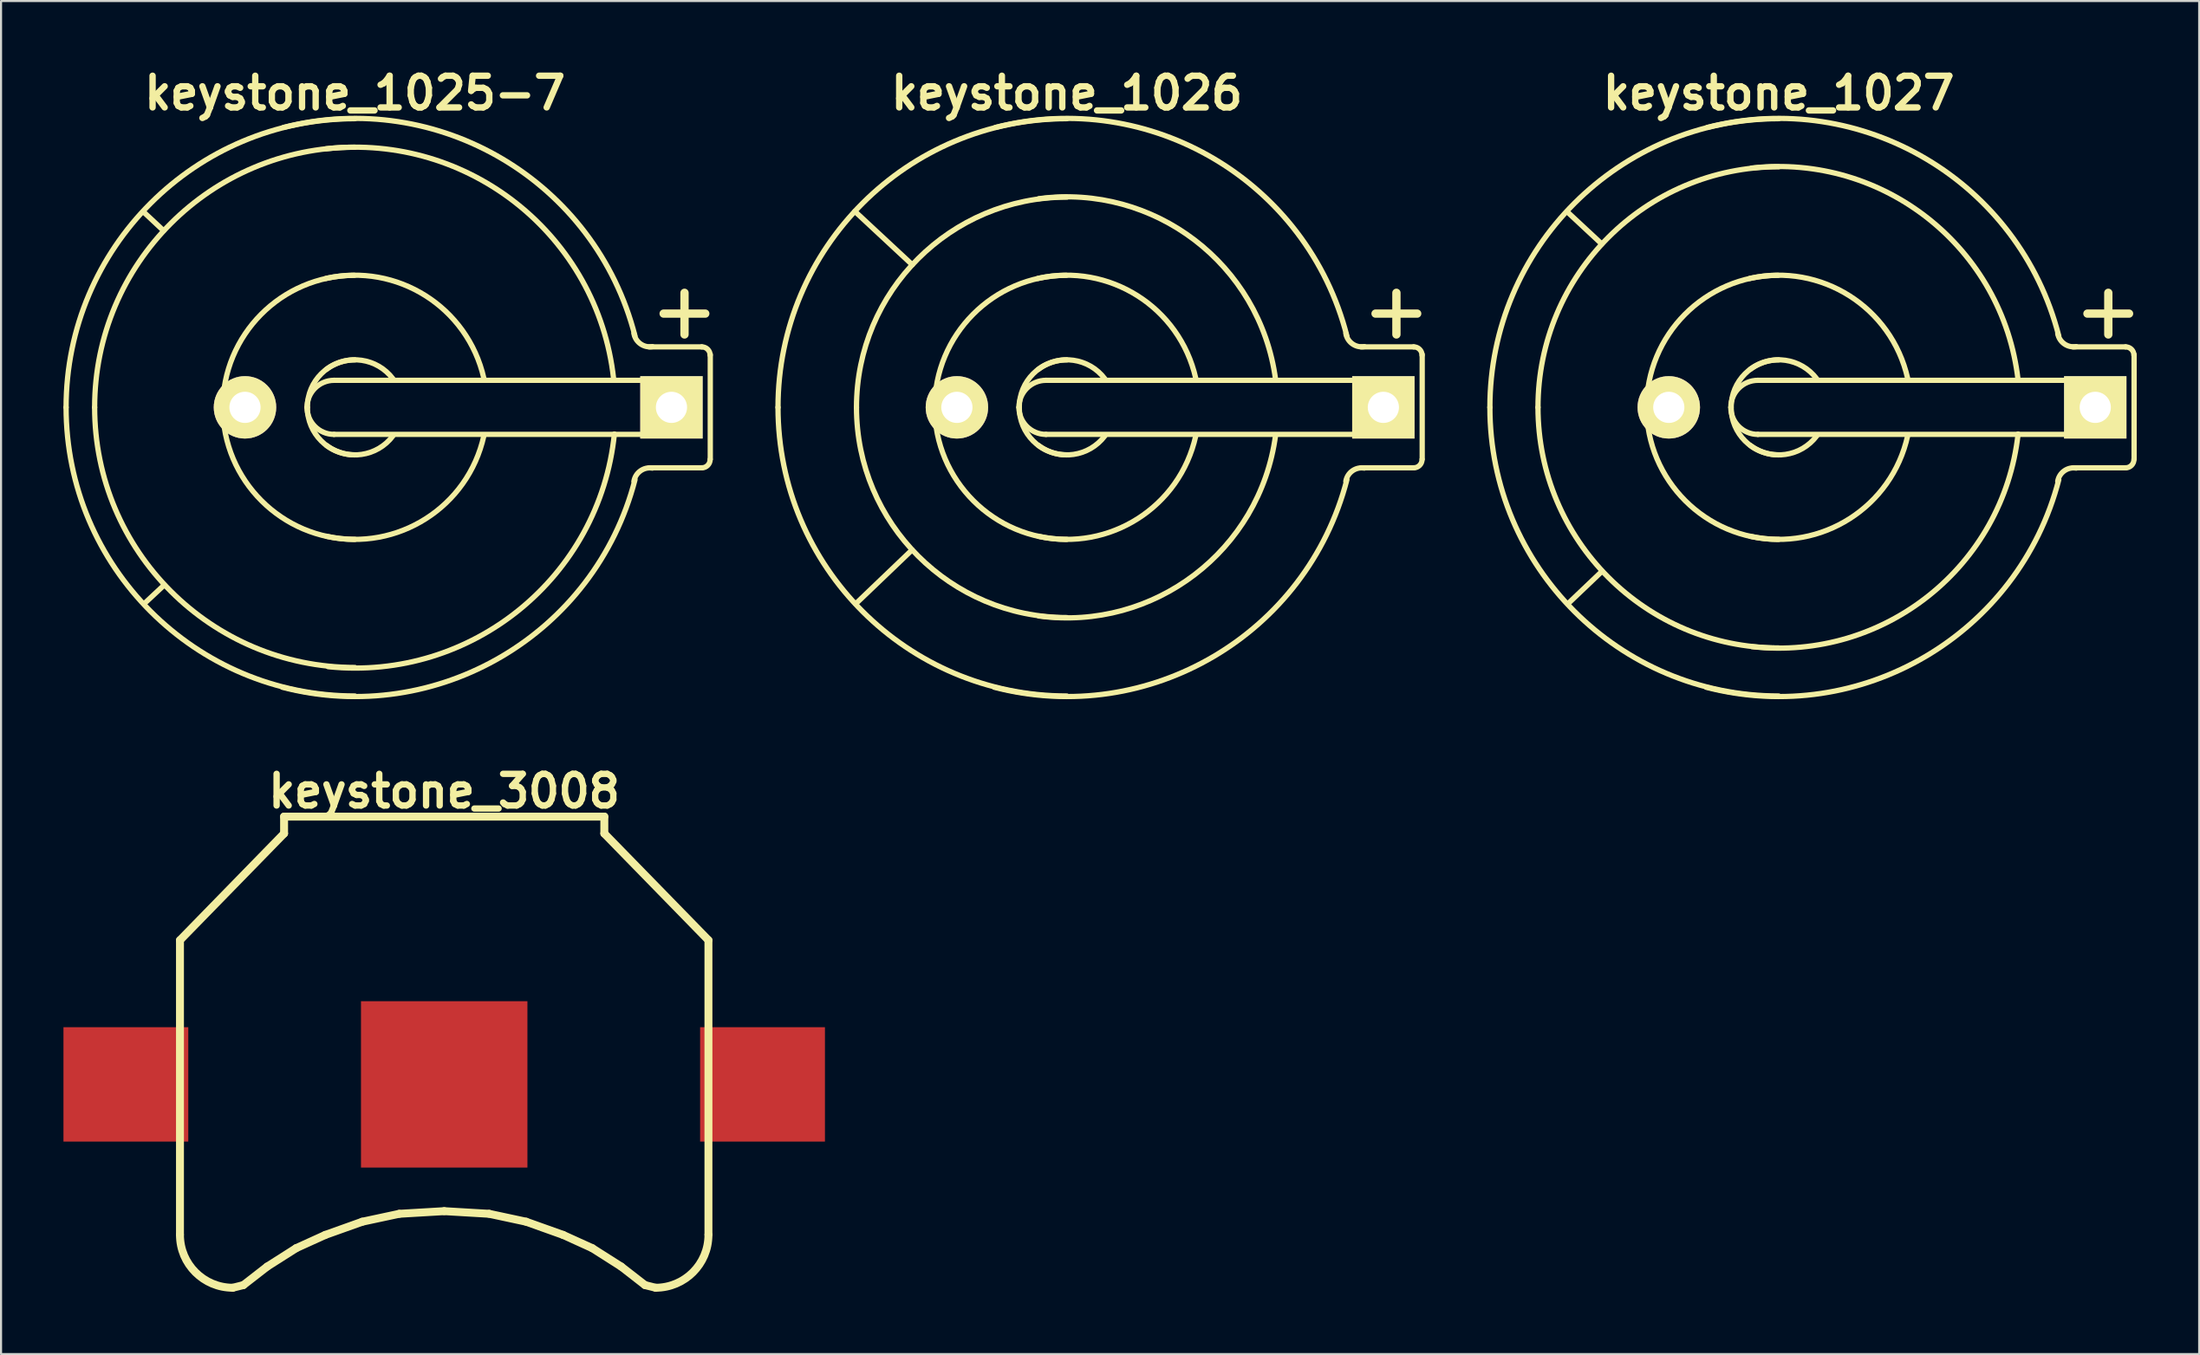
<source format=kicad_pcb>
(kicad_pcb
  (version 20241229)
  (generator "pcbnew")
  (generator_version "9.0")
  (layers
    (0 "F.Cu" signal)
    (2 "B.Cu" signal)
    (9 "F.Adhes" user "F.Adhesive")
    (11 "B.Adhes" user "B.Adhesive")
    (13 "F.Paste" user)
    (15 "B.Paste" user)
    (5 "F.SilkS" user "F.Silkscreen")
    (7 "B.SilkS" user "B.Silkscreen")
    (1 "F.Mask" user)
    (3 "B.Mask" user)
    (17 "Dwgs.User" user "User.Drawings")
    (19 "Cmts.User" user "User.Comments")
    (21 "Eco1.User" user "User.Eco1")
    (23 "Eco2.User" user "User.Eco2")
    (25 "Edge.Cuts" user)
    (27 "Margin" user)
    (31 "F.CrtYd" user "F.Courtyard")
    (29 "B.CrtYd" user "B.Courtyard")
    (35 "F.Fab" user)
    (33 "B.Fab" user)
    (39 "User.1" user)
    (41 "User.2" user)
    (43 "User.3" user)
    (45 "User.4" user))
  (footprint "keystone_3008"
    (layer "F.Cu")
    (at 18.3 49.097)
    (property "Reference" "keystone_3008" (at 0 -14.1 0) (layer "F.SilkS") (effects (font (size 1.524 1.524) (thickness 0.305))))
    (attr through_hole)
    (fp_line (start -12.7 -6.934) (end -12.7 7.214) (stroke (width 0.381) (type solid)) (layer "F.SilkS"))
    (fp_line (start -10.16 9.779) (end -9.652 9.652) (stroke (width 0.381) (type solid)) (layer "F.SilkS"))
    (fp_line (start -9.652 9.652) (end -8.509 8.763) (stroke (width 0.381) (type solid)) (layer "F.SilkS"))
    (fp_line (start -8.509 8.763) (end -7.112 7.874) (stroke (width 0.381) (type solid)) (layer "F.SilkS"))
    (fp_line (start -7.696 -12.878) (end -7.696 -12.065) (stroke (width 0.381) (type solid)) (layer "F.SilkS"))
    (fp_line (start -7.696 -12.878) (end 7.696 -12.878) (stroke (width 0.381) (type solid)) (layer "F.SilkS"))
    (fp_line (start -7.696 -12.065) (end -12.7 -6.934) (stroke (width 0.381) (type solid)) (layer "F.SilkS"))
    (fp_line (start -7.112 7.874) (end -5.715 7.239) (stroke (width 0.381) (type solid)) (layer "F.SilkS"))
    (fp_line (start -5.715 7.239) (end -3.937 6.604) (stroke (width 0.381) (type solid)) (layer "F.SilkS"))
    (fp_line (start -3.937 6.604) (end -2.159 6.223) (stroke (width 0.381) (type solid)) (layer "F.SilkS"))
    (fp_line (start -2.159 6.223) (end 0 6.096) (stroke (width 0.381) (type solid)) (layer "F.SilkS"))
    (fp_line (start 0 6.096) (end 2.159 6.223) (stroke (width 0.381) (type solid)) (layer "F.SilkS"))
    (fp_line (start 2.159 6.223) (end 3.937 6.604) (stroke (width 0.381) (type solid)) (layer "F.SilkS"))
    (fp_line (start 3.937 6.604) (end 5.715 7.239) (stroke (width 0.381) (type solid)) (layer "F.SilkS"))
    (fp_line (start 5.715 7.239) (end 7.112 7.874) (stroke (width 0.381) (type solid)) (layer "F.SilkS"))
    (fp_line (start 7.112 7.874) (end 8.509 8.763) (stroke (width 0.381) (type solid)) (layer "F.SilkS"))
    (fp_line (start 7.696 -12.878) (end 7.696 -12.065) (stroke (width 0.381) (type solid)) (layer "F.SilkS"))
    (fp_line (start 7.696 -12.065) (end 12.7 -6.934) (stroke (width 0.381) (type solid)) (layer "F.SilkS"))
    (fp_line (start 8.509 8.763) (end 9.652 9.652) (stroke (width 0.381) (type solid)) (layer "F.SilkS"))
    (fp_line (start 9.652 9.652) (end 10.16 9.779) (stroke (width 0.381) (type solid)) (layer "F.SilkS"))
    (fp_line (start 12.7 -6.934) (end 12.7 7.214) (stroke (width 0.381) (type solid)) (layer "F.SilkS"))
    (fp_arc (start -10.16 9.779) (mid -11.956051 9.035051) (end -12.7 7.239) (stroke (width 0.381) (type solid)) (layer "F.SilkS"))
    (fp_arc (start 12.7 7.239) (mid 11.956051 9.035051) (end 10.16 9.779) (stroke (width 0.381) (type solid)) (layer "F.SilkS"))
    (pad "1" smd rect (at -15.3 0) (size 6 5.5) (layers "F.Cu" "F.Mask" "F.Paste"))
    (pad "1" smd rect (at 15.3 0) (size 6 5.5) (layers "F.Cu" "F.Mask" "F.Paste"))
    (pad "2" smd rect (at 0 0) (size 8 8) (layers "F.Cu" "F.Mask" "F.Paste")))
  (footprint "keystone_1027"
    (layer "F.Cu")
    (at 82.441 16.539)
    (property "Reference" "keystone_1027" (at 0 -15.113 0) (layer "F.SilkS") (effects (font (size 1.524 1.524) (thickness 0.305))))
    (attr through_hole)
    (fp_line (start -8.509 -7.861) (end -10.173 -9.411) (stroke (width 0.254) (type solid)) (layer "F.SilkS"))
    (fp_line (start -8.496 7.887) (end -10.135 9.449) (stroke (width 0.254) (type solid)) (layer "F.SilkS"))
    (fp_line (start -1.001 -1.3) (end 15.199 -1.3) (stroke (width 0.254) (type solid)) (layer "F.SilkS"))
    (fp_line (start 14.839 -4.508) (end 16.84 -4.508) (stroke (width 0.399) (type solid)) (layer "F.SilkS"))
    (fp_line (start 15.199 1.3) (end -1.001 1.3) (stroke (width 0.254) (type solid)) (layer "F.SilkS"))
    (fp_line (start 15.207 -1.3) (end 15.207 1.3) (stroke (width 0.254) (type solid)) (layer "F.SilkS"))
    (fp_line (start 15.842 -3.505) (end 15.842 -5.509) (stroke (width 0.399) (type solid)) (layer "F.SilkS"))
    (fp_line (start 16.675 -2.908) (end 14.148 -2.908) (stroke (width 0.254) (type solid)) (layer "F.SilkS"))
    (fp_line (start 16.675 2.908) (end 14.148 2.908) (stroke (width 0.254) (type solid)) (layer "F.SilkS"))
    (fp_line (start 17.081 -2.54) (end 17.081 2.489) (stroke (width 0.254) (type solid)) (layer "F.SilkS"))
    (fp_arc (start -13.8811 0) (mid -9.81542 -9.81542) (end 0 -13.8811) (stroke (width 0.254) (type solid)) (layer "F.SilkS"))
    (fp_arc (start -11.5697 0) (mid -8.181013 -8.181013) (end 0 -11.5697) (stroke (width 0.254) (type solid)) (layer "F.SilkS"))
    (fp_arc (start -6.35 0.0254) (mid -4.508089 -4.472168) (end -0.0254 -6.35) (stroke (width 0.254) (type solid)) (layer "F.SilkS"))
    (fp_arc (start -3.429 -13.462) (mid 7.094402 -11.943741) (end 13.462 -3.429) (stroke (width 0.254) (type solid)) (layer "F.SilkS"))
    (fp_arc (start -2.30124 0) (mid -1.920338 -0.919578) (end -1.00076 -1.30048) (stroke (width 0.254) (type solid)) (layer "F.SilkS"))
    (fp_arc (start -2.286 0) (mid -1.616446 -1.616446) (end 0 -2.286) (stroke (width 0.254) (type solid)) (layer "F.SilkS"))
    (fp_arc (start -1.397 -6.1976) (mid 3.394537 -5.370193) (end 6.1976 -1.397) (stroke (width 0.254) (type solid)) (layer "F.SilkS"))
    (fp_arc (start -1.3716 -1.8288) (mid 0.323289 -2.263025) (end 1.8288 -1.3716) (stroke (width 0.254) (type solid)) (layer "F.SilkS"))
    (fp_arc (start -1.3081 -11.5062) (mid 7.211146 -9.061078) (end 11.5062 -1.3081) (stroke (width 0.254) (type solid)) (layer "F.SilkS"))
    (fp_arc (start -1.00076 1.30048) (mid -1.920338 0.919578) (end -2.30124 0) (stroke (width 0.254) (type solid)) (layer "F.SilkS"))
    (fp_arc (start 0 2.286) (mid -1.616446 1.616446) (end -2.286 0) (stroke (width 0.254) (type solid)) (layer "F.SilkS"))
    (fp_arc (start 0 6.35) (mid -4.490128 4.490128) (end -6.35 0) (stroke (width 0.254) (type solid)) (layer "F.SilkS"))
    (fp_arc (start 0 11.5697) (mid -8.181013 8.181013) (end -11.5697 0) (stroke (width 0.254) (type solid)) (layer "F.SilkS"))
    (fp_arc (start 0 13.8811) (mid -9.81542 9.81542) (end -13.8811 0) (stroke (width 0.254) (type solid)) (layer "F.SilkS"))
    (fp_arc (start 1.8288 1.3716) (mid 0.323289 2.263025) (end -1.3716 1.8288) (stroke (width 0.254) (type solid)) (layer "F.SilkS"))
    (fp_arc (start 6.1976 1.3716) (mid 3.412497 5.352233) (end -1.3716 6.1976) (stroke (width 0.254) (type solid)) (layer "F.SilkS"))
    (fp_arc (start 11.5062 1.2827) (mid 7.229106 9.043118) (end -1.2827 11.5062) (stroke (width 0.254) (type solid)) (layer "F.SilkS"))
    (fp_arc (start 13.4112 3.556) (mid 13.724187 3.054382) (end 14.3002 2.921) (stroke (width 0.254) (type solid)) (layer "F.SilkS"))
    (fp_arc (start 13.462 3.4798) (mid 7.058481 11.979662) (end -3.4798 13.462) (stroke (width 0.254) (type solid)) (layer "F.SilkS"))
    (fp_arc (start 14.3002 -2.921) (mid 13.724187 -3.054382) (end 13.4112 -3.556) (stroke (width 0.254) (type solid)) (layer "F.SilkS"))
    (fp_arc (start 16.67256 -2.9083) (mid 16.956336 -2.790756) (end 17.07388 -2.50698) (stroke (width 0.254) (type solid)) (layer "F.SilkS"))
    (fp_arc (start 17.07388 2.50698) (mid 16.956336 2.790756) (end 16.67256 2.9083) (stroke (width 0.254) (type solid)) (layer "F.SilkS"))
    (pad "1" thru_hole rect (at 15.215 0) (size 2.997 2.997) (drill 1.499) (layers "*.Cu" "*.Mask" "F.SilkS"))
    (pad "2" thru_hole circle (at -5.283 0) (size 3 3) (drill 1.499) (layers "*.Cu" "*.Mask" "F.SilkS")))
  (footprint "keystone_1025-7"
    (layer "F.Cu")
    (at 14.008 16.539)
    (property "Reference" "keystone_1025-7" (at 0 -15.113 0) (layer "F.SilkS") (effects (font (size 1.524 1.524) (thickness 0.305))))
    (attr through_hole)
    (fp_line (start -9.195 -8.496) (end -10.16 -9.398) (stroke (width 0.254) (type solid)) (layer "F.SilkS"))
    (fp_line (start -9.169 8.547) (end -10.135 9.449) (stroke (width 0.254) (type solid)) (layer "F.SilkS"))
    (fp_line (start -1.001 -1.3) (end 15.199 -1.3) (stroke (width 0.254) (type solid)) (layer "F.SilkS"))
    (fp_line (start 14.839 -4.508) (end 16.84 -4.508) (stroke (width 0.399) (type solid)) (layer "F.SilkS"))
    (fp_line (start 15.199 1.3) (end -1.001 1.3) (stroke (width 0.254) (type solid)) (layer "F.SilkS"))
    (fp_line (start 15.207 -1.3) (end 15.207 1.3) (stroke (width 0.254) (type solid)) (layer "F.SilkS"))
    (fp_line (start 15.842 -3.505) (end 15.842 -5.509) (stroke (width 0.399) (type solid)) (layer "F.SilkS"))
    (fp_line (start 16.675 -2.908) (end 14.148 -2.908) (stroke (width 0.254) (type solid)) (layer "F.SilkS"))
    (fp_line (start 16.675 2.908) (end 14.148 2.908) (stroke (width 0.254) (type solid)) (layer "F.SilkS"))
    (fp_line (start 17.081 -2.54) (end 17.081 2.489) (stroke (width 0.254) (type solid)) (layer "F.SilkS"))
    (fp_arc (start -13.8811 0) (mid -9.81542 -9.81542) (end 0 -13.8811) (stroke (width 0.254) (type solid)) (layer "F.SilkS"))
    (fp_arc (start -12.5095 0) (mid -8.845552 -8.845552) (end 0 -12.5095) (stroke (width 0.254) (type solid)) (layer "F.SilkS"))
    (fp_arc (start -6.35 0.0254) (mid -4.508089 -4.472168) (end -0.0254 -6.35) (stroke (width 0.254) (type solid)) (layer "F.SilkS"))
    (fp_arc (start -3.429 -13.462) (mid 7.094402 -11.943741) (end 13.462 -3.429) (stroke (width 0.254) (type solid)) (layer "F.SilkS"))
    (fp_arc (start -2.30124 0) (mid -1.920338 -0.919578) (end -1.00076 -1.30048) (stroke (width 0.254) (type solid)) (layer "F.SilkS"))
    (fp_arc (start -2.286 0) (mid -1.616446 -1.616446) (end 0 -2.286) (stroke (width 0.254) (type solid)) (layer "F.SilkS"))
    (fp_arc (start -1.397 -6.1976) (mid 3.394537 -5.370193) (end 6.1976 -1.397) (stroke (width 0.254) (type solid)) (layer "F.SilkS"))
    (fp_arc (start -1.3843 -12.4333) (mid 7.812823 -9.770519) (end 12.4333 -1.3843) (stroke (width 0.254) (type solid)) (layer "F.SilkS"))
    (fp_arc (start -1.3716 -1.8288) (mid 0.323289 -2.263025) (end 1.8288 -1.3716) (stroke (width 0.254) (type solid)) (layer "F.SilkS"))
    (fp_arc (start -1.00076 1.30048) (mid -1.920338 0.919578) (end -2.30124 0) (stroke (width 0.254) (type solid)) (layer "F.SilkS"))
    (fp_arc (start 0 2.286) (mid -1.616446 1.616446) (end -2.286 0) (stroke (width 0.254) (type solid)) (layer "F.SilkS"))
    (fp_arc (start 0 6.35) (mid -4.490128 4.490128) (end -6.35 0) (stroke (width 0.254) (type solid)) (layer "F.SilkS"))
    (fp_arc (start 0 12.5095) (mid -8.845552 8.845552) (end -12.5095 0) (stroke (width 0.254) (type solid)) (layer "F.SilkS"))
    (fp_arc (start 0 13.8811) (mid -9.81542 9.81542) (end -13.8811 0) (stroke (width 0.254) (type solid)) (layer "F.SilkS"))
    (fp_arc (start 1.8288 1.3716) (mid 0.323289 2.263025) (end -1.3716 1.8288) (stroke (width 0.254) (type solid)) (layer "F.SilkS"))
    (fp_arc (start 6.1976 1.3716) (mid 3.412497 5.352233) (end -1.3716 6.1976) (stroke (width 0.254) (type solid)) (layer "F.SilkS"))
    (fp_arc (start 12.4714 1.2827) (mid 7.911606 9.725617) (end -1.2827 12.4714) (stroke (width 0.254) (type solid)) (layer "F.SilkS"))
    (fp_arc (start 13.4112 3.556) (mid 13.724187 3.054382) (end 14.3002 2.921) (stroke (width 0.254) (type solid)) (layer "F.SilkS"))
    (fp_arc (start 13.462 3.4798) (mid 7.058481 11.979662) (end -3.4798 13.462) (stroke (width 0.254) (type solid)) (layer "F.SilkS"))
    (fp_arc (start 14.3002 -2.921) (mid 13.724187 -3.054382) (end 13.4112 -3.556) (stroke (width 0.254) (type solid)) (layer "F.SilkS"))
    (fp_arc (start 16.67256 -2.9083) (mid 16.956336 -2.790756) (end 17.07388 -2.50698) (stroke (width 0.254) (type solid)) (layer "F.SilkS"))
    (fp_arc (start 17.07388 2.50698) (mid 16.956336 2.790756) (end 16.67256 2.9083) (stroke (width 0.254) (type solid)) (layer "F.SilkS"))
    (pad "1" thru_hole rect (at 15.215 0) (size 2.997 2.997) (drill 1.499) (layers "*.Cu" "*.Mask" "F.SilkS"))
    (pad "2" thru_hole circle (at -5.283 0) (size 3 3) (drill 1.499) (layers "*.Cu" "*.Mask" "F.SilkS")))
  (footprint "keystone_1026"
    (layer "F.Cu")
    (at 48.225 16.539)
    (property "Reference" "keystone_1026" (at 0 -15.113 0) (layer "F.SilkS") (effects (font (size 1.524 1.524) (thickness 0.305))))
    (attr through_hole)
    (fp_line (start -7.442 6.858) (end -10.147 9.449) (stroke (width 0.254) (type solid)) (layer "F.SilkS"))
    (fp_line (start -7.429 -6.858) (end -10.185 -9.423) (stroke (width 0.254) (type solid)) (layer "F.SilkS"))
    (fp_line (start -1.001 -1.3) (end 15.199 -1.3) (stroke (width 0.254) (type solid)) (layer "F.SilkS"))
    (fp_line (start 14.839 -4.508) (end 16.84 -4.508) (stroke (width 0.399) (type solid)) (layer "F.SilkS"))
    (fp_line (start 15.199 1.3) (end -1.001 1.3) (stroke (width 0.254) (type solid)) (layer "F.SilkS"))
    (fp_line (start 15.207 -1.3) (end 15.207 1.3) (stroke (width 0.254) (type solid)) (layer "F.SilkS"))
    (fp_line (start 15.842 -3.505) (end 15.842 -5.509) (stroke (width 0.399) (type solid)) (layer "F.SilkS"))
    (fp_line (start 16.675 -2.908) (end 14.148 -2.908) (stroke (width 0.254) (type solid)) (layer "F.SilkS"))
    (fp_line (start 16.675 2.908) (end 14.148 2.908) (stroke (width 0.254) (type solid)) (layer "F.SilkS"))
    (fp_line (start 17.081 -2.54) (end 17.081 2.489) (stroke (width 0.254) (type solid)) (layer "F.SilkS"))
    (fp_arc (start -13.8811 0) (mid -9.81542 -9.81542) (end 0 -13.8811) (stroke (width 0.254) (type solid)) (layer "F.SilkS"))
    (fp_arc (start -10.1092 0) (mid -7.148284 -7.148284) (end 0 -10.1092) (stroke (width 0.254) (type solid)) (layer "F.SilkS"))
    (fp_arc (start -6.35 0.0254) (mid -4.508089 -4.472168) (end -0.0254 -6.35) (stroke (width 0.254) (type solid)) (layer "F.SilkS"))
    (fp_arc (start -3.429 -13.462) (mid 7.094402 -11.943741) (end 13.462 -3.429) (stroke (width 0.254) (type solid)) (layer "F.SilkS"))
    (fp_arc (start -2.30124 0) (mid -1.920338 -0.919578) (end -1.00076 -1.30048) (stroke (width 0.254) (type solid)) (layer "F.SilkS"))
    (fp_arc (start -2.286 0) (mid -1.616446 -1.616446) (end 0 -2.286) (stroke (width 0.254) (type solid)) (layer "F.SilkS"))
    (fp_arc (start -1.397 -6.1976) (mid 3.394537 -5.370193) (end 6.1976 -1.397) (stroke (width 0.254) (type solid)) (layer "F.SilkS"))
    (fp_arc (start -1.3716 -1.8288) (mid 0.323289 -2.263025) (end 1.8288 -1.3716) (stroke (width 0.254) (type solid)) (layer "F.SilkS"))
    (fp_arc (start -1.3462 -10.033) (mid 6.142495 -8.046309) (end 10.033 -1.3462) (stroke (width 0.254) (type solid)) (layer "F.SilkS"))
    (fp_arc (start -1.00076 1.30048) (mid -1.920338 0.919578) (end -2.30124 0) (stroke (width 0.254) (type solid)) (layer "F.SilkS"))
    (fp_arc (start 0 2.286) (mid -1.616446 1.616446) (end -2.286 0) (stroke (width 0.254) (type solid)) (layer "F.SilkS"))
    (fp_arc (start 0 6.35) (mid -4.490128 4.490128) (end -6.35 0) (stroke (width 0.254) (type solid)) (layer "F.SilkS"))
    (fp_arc (start 0 10.1092) (mid -7.148284 7.148284) (end -10.1092 0) (stroke (width 0.254) (type solid)) (layer "F.SilkS"))
    (fp_arc (start 0 13.8811) (mid -9.81542 9.81542) (end -13.8811 0) (stroke (width 0.254) (type solid)) (layer "F.SilkS"))
    (fp_arc (start 1.8288 1.3716) (mid 0.323289 2.263025) (end -1.3716 1.8288) (stroke (width 0.254) (type solid)) (layer "F.SilkS"))
    (fp_arc (start 6.1976 1.3716) (mid 3.412497 5.352233) (end -1.3716 6.1976) (stroke (width 0.254) (type solid)) (layer "F.SilkS"))
    (fp_arc (start 10.033 1.3462) (mid 6.142495 8.046309) (end -1.3462 10.033) (stroke (width 0.254) (type solid)) (layer "F.SilkS"))
    (fp_arc (start 13.4112 3.556) (mid 13.724187 3.054382) (end 14.3002 2.921) (stroke (width 0.254) (type solid)) (layer "F.SilkS"))
    (fp_arc (start 13.462 3.4798) (mid 7.058481 11.979662) (end -3.4798 13.462) (stroke (width 0.254) (type solid)) (layer "F.SilkS"))
    (fp_arc (start 14.3002 -2.921) (mid 13.724187 -3.054382) (end 13.4112 -3.556) (stroke (width 0.254) (type solid)) (layer "F.SilkS"))
    (fp_arc (start 16.67256 -2.9083) (mid 16.956336 -2.790756) (end 17.07388 -2.50698) (stroke (width 0.254) (type solid)) (layer "F.SilkS"))
    (fp_arc (start 17.07388 2.50698) (mid 16.956336 2.790756) (end 16.67256 2.9083) (stroke (width 0.254) (type solid)) (layer "F.SilkS"))
    (pad "1" thru_hole rect (at 15.215 0) (size 2.997 2.997) (drill 1.499) (layers "*.Cu" "*.Mask" "F.SilkS"))
    (pad "2" thru_hole circle (at -5.283 0) (size 3 3) (drill 1.499) (layers "*.Cu" "*.Mask" "F.SilkS")))
  (gr_rect
    (start -3 -3)
    (end 102.65 62.067)
    (stroke (width 0.1) (type default))
    (fill no)
    (layer "Edge.Cuts")))
</source>
